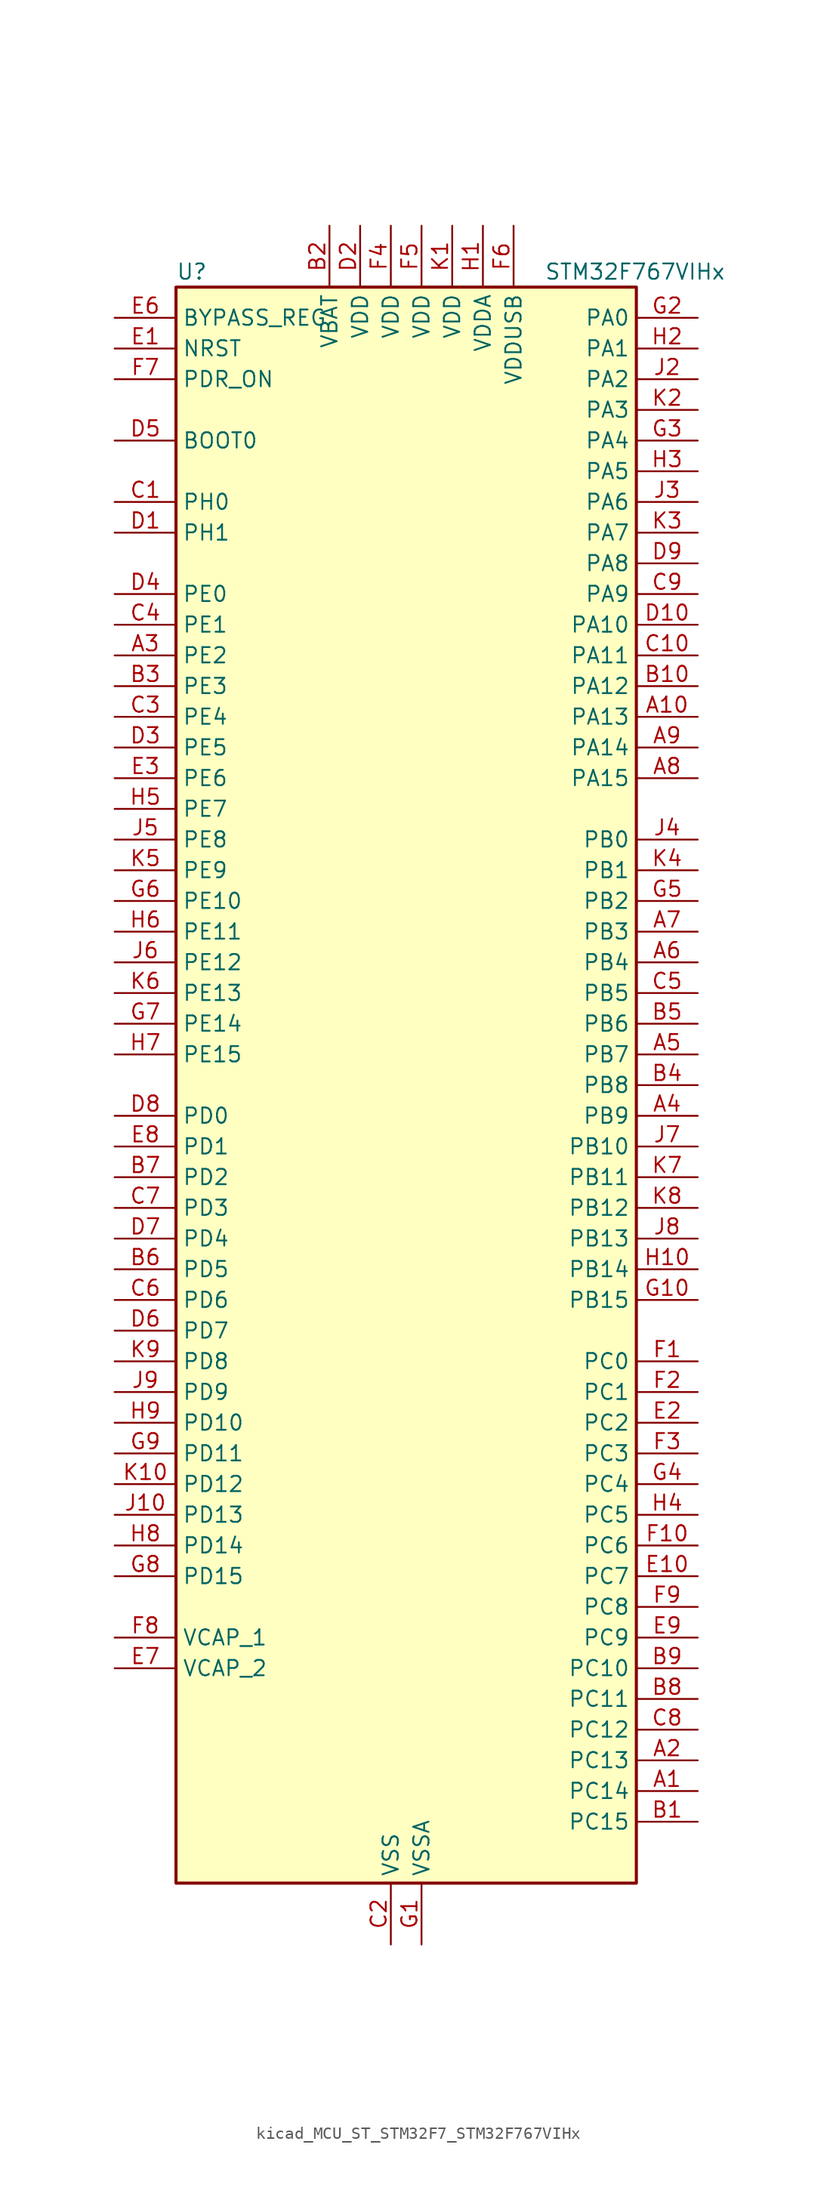
<source format=kicad_sym>
(kicad_symbol_lib
  (version 20220914)
  (generator kicad_symbol_editor)
  (symbol "kicad_MCU_ST_STM32F7_STM32F767VIHx"
    (property "Reference" "U"
      (at -17.78 67.31 0)
      (effects (font (size 1.27 1.27)) (justify left)))
    (property "Value" "STM32F767VIHx"
      (at 12.7 67.31 0)
      (effects (font (size 1.27 1.27)) (justify left)))
    (property "ki_locked" ""
      (at 0 0 0)
      (effects (font (size 1.27 1.27))))
    (symbol "kicad_MCU_ST_STM32F7_STM32F767VIHx_0_1"
      (rectangle (start -17.78 -66.04) (end 20.32 66.04) (stroke (width 0.254) (type default)) (fill (type background))))
    (symbol "kicad_MCU_ST_STM32F7_STM32F767VIHx_1_1"
      (pin bidirectional line (at 25.4 -58.42 180) (length 5.08) (name "PC14" (effects (font (size 1.27 1.27)))) (number "A1" (effects (font (size 1.27 1.27)))) (alternate "RCC_OSC32_IN" bidirectional line))
      (pin bidirectional line (at 25.4 30.48 180) (length 5.08) (name "PA13" (effects (font (size 1.27 1.27)))) (number "A10" (effects (font (size 1.27 1.27)))) (alternate "SYS_JTMS-SWDIO" bidirectional line))
      (pin bidirectional line (at 25.4 -55.88 180) (length 5.08) (name "PC13" (effects (font (size 1.27 1.27)))) (number "A2" (effects (font (size 1.27 1.27)))) (alternate "RTC_OUT" bidirectional line) (alternate "RTC_TAMP1" bidirectional line) (alternate "RTC_TS" bidirectional line) (alternate "SYS_WKUP4" bidirectional line))
      (pin bidirectional line (at -22.86 35.56 0) (length 5.08) (name "PE2" (effects (font (size 1.27 1.27)))) (number "A3" (effects (font (size 1.27 1.27)))) (alternate "ETH_TXD3" bidirectional line) (alternate "FMC_A23" bidirectional line) (alternate "QUADSPI_BK1_IO2" bidirectional line) (alternate "SAI1_MCLK_A" bidirectional line) (alternate "SPI4_SCK" bidirectional line) (alternate "SYS_TRACECLK" bidirectional line))
      (pin bidirectional line (at 25.4 -2.54 180) (length 5.08) (name "PB9" (effects (font (size 1.27 1.27)))) (number "A4" (effects (font (size 1.27 1.27)))) (alternate "CAN1_TX" bidirectional line) (alternate "DAC_EXTI9" bidirectional line) (alternate "DCMI_D7" bidirectional line) (alternate "DFSDM1_DATIN7" bidirectional line) (alternate "I2C1_SDA" bidirectional line) (alternate "I2C4_SDA" bidirectional line) (alternate "I2C4_SMBA" bidirectional line) (alternate "I2S2_WS" bidirectional line) (alternate "LTDC_B7" bidirectional line) (alternate "SDMMC1_D5" bidirectional line) (alternate "SDMMC2_D5" bidirectional line) (alternate "SPI2_NSS" bidirectional line) (alternate "TIM11_CH1" bidirectional line) (alternate "TIM4_CH4" bidirectional line) (alternate "UART5_TX" bidirectional line))
      (pin bidirectional line (at 25.4 2.54 180) (length 5.08) (name "PB7" (effects (font (size 1.27 1.27)))) (number "A5" (effects (font (size 1.27 1.27)))) (alternate "DCMI_VSYNC" bidirectional line) (alternate "DFSDM1_CKIN5" bidirectional line) (alternate "FMC_NL" bidirectional line) (alternate "I2C1_SDA" bidirectional line) (alternate "I2C4_SDA" bidirectional line) (alternate "TIM4_CH2" bidirectional line) (alternate "USART1_RX" bidirectional line))
      (pin bidirectional line (at 25.4 10.16 180) (length 5.08) (name "PB4" (effects (font (size 1.27 1.27)))) (number "A6" (effects (font (size 1.27 1.27)))) (alternate "CAN3_TX" bidirectional line) (alternate "I2S2_WS" bidirectional line) (alternate "SDMMC2_D3" bidirectional line) (alternate "SPI1_MISO" bidirectional line) (alternate "SPI2_NSS" bidirectional line) (alternate "SPI3_MISO" bidirectional line) (alternate "SPI6_MISO" bidirectional line) (alternate "SYS_JTRST" bidirectional line) (alternate "TIM3_CH1" bidirectional line) (alternate "UART7_TX" bidirectional line))
      (pin bidirectional line (at 25.4 12.7 180) (length 5.08) (name "PB3" (effects (font (size 1.27 1.27)))) (number "A7" (effects (font (size 1.27 1.27)))) (alternate "CAN3_RX" bidirectional line) (alternate "I2S1_CK" bidirectional line) (alternate "I2S3_CK" bidirectional line) (alternate "SDMMC2_D2" bidirectional line) (alternate "SPI1_SCK" bidirectional line) (alternate "SPI3_SCK" bidirectional line) (alternate "SPI6_SCK" bidirectional line) (alternate "SYS_JTDO-SWO" bidirectional line) (alternate "TIM2_CH2" bidirectional line) (alternate "UART7_RX" bidirectional line))
      (pin bidirectional line (at 25.4 25.4 180) (length 5.08) (name "PA15" (effects (font (size 1.27 1.27)))) (number "A8" (effects (font (size 1.27 1.27)))) (alternate "CAN3_TX" bidirectional line) (alternate "CEC" bidirectional line) (alternate "I2S1_WS" bidirectional line) (alternate "I2S3_WS" bidirectional line) (alternate "SPI1_NSS" bidirectional line) (alternate "SPI3_NSS" bidirectional line) (alternate "SPI6_NSS" bidirectional line) (alternate "SYS_JTDI" bidirectional line) (alternate "TIM2_CH1" bidirectional line) (alternate "TIM2_ETR" bidirectional line) (alternate "UART4_DE" bidirectional line) (alternate "UART4_RTS" bidirectional line) (alternate "UART7_TX" bidirectional line))
      (pin bidirectional line (at 25.4 27.94 180) (length 5.08) (name "PA14" (effects (font (size 1.27 1.27)))) (number "A9" (effects (font (size 1.27 1.27)))) (alternate "SYS_JTCK-SWCLK" bidirectional line))
      (pin bidirectional line (at 25.4 -60.96 180) (length 5.08) (name "PC15" (effects (font (size 1.27 1.27)))) (number "B1" (effects (font (size 1.27 1.27)))) (alternate "RCC_OSC32_OUT" bidirectional line))
      (pin bidirectional line (at 25.4 33.02 180) (length 5.08) (name "PA12" (effects (font (size 1.27 1.27)))) (number "B10" (effects (font (size 1.27 1.27)))) (alternate "CAN1_TX" bidirectional line) (alternate "I2S2_CK" bidirectional line) (alternate "LTDC_R5" bidirectional line) (alternate "SAI2_FS_B" bidirectional line) (alternate "SPI2_SCK" bidirectional line) (alternate "TIM1_ETR" bidirectional line) (alternate "UART4_TX" bidirectional line) (alternate "USART1_DE" bidirectional line) (alternate "USART1_RTS" bidirectional line) (alternate "USB_OTG_FS_DP" bidirectional line))
      (pin power_in line (at -5.08 71.12 270) (length 5.08) (name "VBAT" (effects (font (size 1.27 1.27)))) (number "B2" (effects (font (size 1.27 1.27)))))
      (pin bidirectional line (at -22.86 33.02 0) (length 5.08) (name "PE3" (effects (font (size 1.27 1.27)))) (number "B3" (effects (font (size 1.27 1.27)))) (alternate "FMC_A19" bidirectional line) (alternate "SAI1_SD_B" bidirectional line) (alternate "SYS_TRACED0" bidirectional line))
      (pin bidirectional line (at 25.4 0 180) (length 5.08) (name "PB8" (effects (font (size 1.27 1.27)))) (number "B4" (effects (font (size 1.27 1.27)))) (alternate "CAN1_RX" bidirectional line) (alternate "DCMI_D6" bidirectional line) (alternate "DFSDM1_CKIN7" bidirectional line) (alternate "ETH_TXD3" bidirectional line) (alternate "I2C1_SCL" bidirectional line) (alternate "I2C4_SCL" bidirectional line) (alternate "LTDC_B6" bidirectional line) (alternate "SDMMC1_D4" bidirectional line) (alternate "SDMMC2_D4" bidirectional line) (alternate "TIM10_CH1" bidirectional line) (alternate "TIM4_CH3" bidirectional line) (alternate "UART5_RX" bidirectional line))
      (pin bidirectional line (at 25.4 5.08 180) (length 5.08) (name "PB6" (effects (font (size 1.27 1.27)))) (number "B5" (effects (font (size 1.27 1.27)))) (alternate "CAN2_TX" bidirectional line) (alternate "CEC" bidirectional line) (alternate "DCMI_D5" bidirectional line) (alternate "DFSDM1_DATIN5" bidirectional line) (alternate "FMC_SDNE1" bidirectional line) (alternate "I2C1_SCL" bidirectional line) (alternate "I2C4_SCL" bidirectional line) (alternate "QUADSPI_BK1_NCS" bidirectional line) (alternate "TIM4_CH1" bidirectional line) (alternate "UART5_TX" bidirectional line) (alternate "USART1_TX" bidirectional line))
      (pin bidirectional line (at -22.86 -15.24 0) (length 5.08) (name "PD5" (effects (font (size 1.27 1.27)))) (number "B6" (effects (font (size 1.27 1.27)))) (alternate "FMC_NWE" bidirectional line) (alternate "USART2_TX" bidirectional line))
      (pin bidirectional line (at -22.86 -7.62 0) (length 5.08) (name "PD2" (effects (font (size 1.27 1.27)))) (number "B7" (effects (font (size 1.27 1.27)))) (alternate "DCMI_D11" bidirectional line) (alternate "SDMMC1_CMD" bidirectional line) (alternate "SYS_TRACED2" bidirectional line) (alternate "TIM3_ETR" bidirectional line) (alternate "UART5_RX" bidirectional line))
      (pin bidirectional line (at 25.4 -50.8 180) (length 5.08) (name "PC11" (effects (font (size 1.27 1.27)))) (number "B8" (effects (font (size 1.27 1.27)))) (alternate "ADC1_EXTI11" bidirectional line) (alternate "ADC2_EXTI11" bidirectional line) (alternate "ADC3_EXTI11" bidirectional line) (alternate "DCMI_D4" bidirectional line) (alternate "DFSDM1_DATIN5" bidirectional line) (alternate "QUADSPI_BK2_NCS" bidirectional line) (alternate "SDMMC1_D3" bidirectional line) (alternate "SPI3_MISO" bidirectional line) (alternate "UART4_RX" bidirectional line) (alternate "USART3_RX" bidirectional line))
      (pin bidirectional line (at 25.4 -48.26 180) (length 5.08) (name "PC10" (effects (font (size 1.27 1.27)))) (number "B9" (effects (font (size 1.27 1.27)))) (alternate "DCMI_D8" bidirectional line) (alternate "DFSDM1_CKIN5" bidirectional line) (alternate "I2S3_CK" bidirectional line) (alternate "LTDC_R2" bidirectional line) (alternate "QUADSPI_BK1_IO1" bidirectional line) (alternate "SDMMC1_D2" bidirectional line) (alternate "SPI3_SCK" bidirectional line) (alternate "UART4_TX" bidirectional line) (alternate "USART3_TX" bidirectional line))
      (pin bidirectional line (at -22.86 48.26 0) (length 5.08) (name "PH0" (effects (font (size 1.27 1.27)))) (number "C1" (effects (font (size 1.27 1.27)))) (alternate "RCC_OSC_IN" bidirectional line))
      (pin bidirectional line (at 25.4 35.56 180) (length 5.08) (name "PA11" (effects (font (size 1.27 1.27)))) (number "C10" (effects (font (size 1.27 1.27)))) (alternate "ADC1_EXTI11" bidirectional line) (alternate "ADC2_EXTI11" bidirectional line) (alternate "ADC3_EXTI11" bidirectional line) (alternate "CAN1_RX" bidirectional line) (alternate "I2S2_WS" bidirectional line) (alternate "LTDC_R4" bidirectional line) (alternate "SPI2_NSS" bidirectional line) (alternate "TIM1_CH4" bidirectional line) (alternate "UART4_RX" bidirectional line) (alternate "USART1_CTS" bidirectional line) (alternate "USB_OTG_FS_DM" bidirectional line))
      (pin power_in line (at 0 -71.12 90) (length 5.08) (name "VSS" (effects (font (size 1.27 1.27)))) (number "C2" (effects (font (size 1.27 1.27)))))
      (pin bidirectional line (at -22.86 30.48 0) (length 5.08) (name "PE4" (effects (font (size 1.27 1.27)))) (number "C3" (effects (font (size 1.27 1.27)))) (alternate "DCMI_D4" bidirectional line) (alternate "DFSDM1_DATIN3" bidirectional line) (alternate "FMC_A20" bidirectional line) (alternate "LTDC_B0" bidirectional line) (alternate "SAI1_FS_A" bidirectional line) (alternate "SPI4_NSS" bidirectional line) (alternate "SYS_TRACED1" bidirectional line))
      (pin bidirectional line (at -22.86 38.1 0) (length 5.08) (name "PE1" (effects (font (size 1.27 1.27)))) (number "C4" (effects (font (size 1.27 1.27)))) (alternate "DCMI_D3" bidirectional line) (alternate "FMC_NBL1" bidirectional line) (alternate "LPTIM1_IN2" bidirectional line) (alternate "UART8_TX" bidirectional line))
      (pin bidirectional line (at 25.4 7.62 180) (length 5.08) (name "PB5" (effects (font (size 1.27 1.27)))) (number "C5" (effects (font (size 1.27 1.27)))) (alternate "CAN2_RX" bidirectional line) (alternate "DCMI_D10" bidirectional line) (alternate "ETH_PPS_OUT" bidirectional line) (alternate "FMC_SDCKE1" bidirectional line) (alternate "I2C1_SMBA" bidirectional line) (alternate "I2S1_SD" bidirectional line) (alternate "I2S3_SD" bidirectional line) (alternate "LTDC_G7" bidirectional line) (alternate "SPI1_MOSI" bidirectional line) (alternate "SPI3_MOSI" bidirectional line) (alternate "SPI6_MOSI" bidirectional line) (alternate "TIM3_CH2" bidirectional line) (alternate "UART5_RX" bidirectional line) (alternate "USB_OTG_HS_ULPI_D7" bidirectional line))
      (pin bidirectional line (at -22.86 -17.78 0) (length 5.08) (name "PD6" (effects (font (size 1.27 1.27)))) (number "C6" (effects (font (size 1.27 1.27)))) (alternate "DCMI_D10" bidirectional line) (alternate "DFSDM1_CKIN4" bidirectional line) (alternate "DFSDM1_DATIN1" bidirectional line) (alternate "FMC_NWAIT" bidirectional line) (alternate "I2S3_SD" bidirectional line) (alternate "LTDC_B2" bidirectional line) (alternate "SAI1_SD_A" bidirectional line) (alternate "SDMMC2_CK" bidirectional line) (alternate "SPI3_MOSI" bidirectional line) (alternate "USART2_RX" bidirectional line))
      (pin bidirectional line (at -22.86 -10.16 0) (length 5.08) (name "PD3" (effects (font (size 1.27 1.27)))) (number "C7" (effects (font (size 1.27 1.27)))) (alternate "DCMI_D5" bidirectional line) (alternate "DFSDM1_CKOUT" bidirectional line) (alternate "DFSDM1_DATIN0" bidirectional line) (alternate "FMC_CLK" bidirectional line) (alternate "I2S2_CK" bidirectional line) (alternate "LTDC_G7" bidirectional line) (alternate "SPI2_SCK" bidirectional line) (alternate "USART2_CTS" bidirectional line))
      (pin bidirectional line (at 25.4 -53.34 180) (length 5.08) (name "PC12" (effects (font (size 1.27 1.27)))) (number "C8" (effects (font (size 1.27 1.27)))) (alternate "DCMI_D9" bidirectional line) (alternate "I2S3_SD" bidirectional line) (alternate "SDMMC1_CK" bidirectional line) (alternate "SPI3_MOSI" bidirectional line) (alternate "SYS_TRACED3" bidirectional line) (alternate "UART5_TX" bidirectional line) (alternate "USART3_CK" bidirectional line))
      (pin bidirectional line (at 25.4 40.64 180) (length 5.08) (name "PA9" (effects (font (size 1.27 1.27)))) (number "C9" (effects (font (size 1.27 1.27)))) (alternate "DAC_EXTI9" bidirectional line) (alternate "DCMI_D0" bidirectional line) (alternate "I2C3_SMBA" bidirectional line) (alternate "I2S2_CK" bidirectional line) (alternate "LTDC_R5" bidirectional line) (alternate "SPI2_SCK" bidirectional line) (alternate "TIM1_CH2" bidirectional line) (alternate "USART1_TX" bidirectional line) (alternate "USB_OTG_FS_VBUS" bidirectional line))
      (pin bidirectional line (at -22.86 45.72 0) (length 5.08) (name "PH1" (effects (font (size 1.27 1.27)))) (number "D1" (effects (font (size 1.27 1.27)))) (alternate "RCC_OSC_OUT" bidirectional line))
      (pin bidirectional line (at 25.4 38.1 180) (length 5.08) (name "PA10" (effects (font (size 1.27 1.27)))) (number "D10" (effects (font (size 1.27 1.27)))) (alternate "DCMI_D1" bidirectional line) (alternate "LTDC_B1" bidirectional line) (alternate "LTDC_B4" bidirectional line) (alternate "MDIOS_MDIO" bidirectional line) (alternate "TIM1_CH3" bidirectional line) (alternate "USART1_RX" bidirectional line) (alternate "USB_OTG_FS_ID" bidirectional line))
      (pin power_in line (at -2.54 71.12 270) (length 5.08) (name "VDD" (effects (font (size 1.27 1.27)))) (number "D2" (effects (font (size 1.27 1.27)))))
      (pin bidirectional line (at -22.86 27.94 0) (length 5.08) (name "PE5" (effects (font (size 1.27 1.27)))) (number "D3" (effects (font (size 1.27 1.27)))) (alternate "DCMI_D6" bidirectional line) (alternate "DFSDM1_CKIN3" bidirectional line) (alternate "FMC_A21" bidirectional line) (alternate "LTDC_G0" bidirectional line) (alternate "SAI1_SCK_A" bidirectional line) (alternate "SPI4_MISO" bidirectional line) (alternate "SYS_TRACED2" bidirectional line) (alternate "TIM9_CH1" bidirectional line))
      (pin bidirectional line (at -22.86 40.64 0) (length 5.08) (name "PE0" (effects (font (size 1.27 1.27)))) (number "D4" (effects (font (size 1.27 1.27)))) (alternate "DCMI_D2" bidirectional line) (alternate "FMC_NBL0" bidirectional line) (alternate "LPTIM1_ETR" bidirectional line) (alternate "SAI2_MCLK_A" bidirectional line) (alternate "TIM4_ETR" bidirectional line) (alternate "UART8_RX" bidirectional line))
      (pin input line (at -22.86 53.34 0) (length 5.08) (name "BOOT0" (effects (font (size 1.27 1.27)))) (number "D5" (effects (font (size 1.27 1.27)))))
      (pin bidirectional line (at -22.86 -20.32 0) (length 5.08) (name "PD7" (effects (font (size 1.27 1.27)))) (number "D6" (effects (font (size 1.27 1.27)))) (alternate "DFSDM1_CKIN1" bidirectional line) (alternate "DFSDM1_DATIN4" bidirectional line) (alternate "FMC_NE1" bidirectional line) (alternate "I2S1_SD" bidirectional line) (alternate "SDMMC2_CMD" bidirectional line) (alternate "SPDIFRX_IN0" bidirectional line) (alternate "SPI1_MOSI" bidirectional line) (alternate "USART2_CK" bidirectional line))
      (pin bidirectional line (at -22.86 -12.7 0) (length 5.08) (name "PD4" (effects (font (size 1.27 1.27)))) (number "D7" (effects (font (size 1.27 1.27)))) (alternate "DFSDM1_CKIN0" bidirectional line) (alternate "FMC_NOE" bidirectional line) (alternate "USART2_DE" bidirectional line) (alternate "USART2_RTS" bidirectional line))
      (pin bidirectional line (at -22.86 -2.54 0) (length 5.08) (name "PD0" (effects (font (size 1.27 1.27)))) (number "D8" (effects (font (size 1.27 1.27)))) (alternate "CAN1_RX" bidirectional line) (alternate "DFSDM1_CKIN6" bidirectional line) (alternate "DFSDM1_DATIN7" bidirectional line) (alternate "FMC_D2" bidirectional line) (alternate "FMC_DA2" bidirectional line) (alternate "UART4_RX" bidirectional line))
      (pin bidirectional line (at 25.4 43.18 180) (length 5.08) (name "PA8" (effects (font (size 1.27 1.27)))) (number "D9" (effects (font (size 1.27 1.27)))) (alternate "CAN3_RX" bidirectional line) (alternate "I2C3_SCL" bidirectional line) (alternate "LTDC_B3" bidirectional line) (alternate "LTDC_R6" bidirectional line) (alternate "RCC_MCO_1" bidirectional line) (alternate "TIM1_CH1" bidirectional line) (alternate "TIM8_BKIN2" bidirectional line) (alternate "UART7_RX" bidirectional line) (alternate "USART1_CK" bidirectional line) (alternate "USB_OTG_FS_SOF" bidirectional line))
      (pin input line (at -22.86 60.96 0) (length 5.08) (name "NRST" (effects (font (size 1.27 1.27)))) (number "E1" (effects (font (size 1.27 1.27)))))
      (pin bidirectional line (at 25.4 -40.64 180) (length 5.08) (name "PC7" (effects (font (size 1.27 1.27)))) (number "E10" (effects (font (size 1.27 1.27)))) (alternate "DCMI_D1" bidirectional line) (alternate "DFSDM1_DATIN3" bidirectional line) (alternate "FMC_NE1" bidirectional line) (alternate "I2S3_MCK" bidirectional line) (alternate "LTDC_G6" bidirectional line) (alternate "SDMMC1_D7" bidirectional line) (alternate "SDMMC2_D7" bidirectional line) (alternate "TIM3_CH2" bidirectional line) (alternate "TIM8_CH2" bidirectional line) (alternate "USART6_RX" bidirectional line))
      (pin bidirectional line (at 25.4 -27.94 180) (length 5.08) (name "PC2" (effects (font (size 1.27 1.27)))) (number "E2" (effects (font (size 1.27 1.27)))) (alternate "ADC1_IN12" bidirectional line) (alternate "ADC2_IN12" bidirectional line) (alternate "ADC3_IN12" bidirectional line) (alternate "DFSDM1_CKIN1" bidirectional line) (alternate "DFSDM1_CKOUT" bidirectional line) (alternate "ETH_TXD2" bidirectional line) (alternate "FMC_SDNE0" bidirectional line) (alternate "SPI2_MISO" bidirectional line) (alternate "USB_OTG_HS_ULPI_DIR" bidirectional line))
      (pin bidirectional line (at -22.86 25.4 0) (length 5.08) (name "PE6" (effects (font (size 1.27 1.27)))) (number "E3" (effects (font (size 1.27 1.27)))) (alternate "DCMI_D7" bidirectional line) (alternate "FMC_A22" bidirectional line) (alternate "LTDC_G1" bidirectional line) (alternate "SAI1_SD_A" bidirectional line) (alternate "SAI2_MCLK_B" bidirectional line) (alternate "SPI4_MOSI" bidirectional line) (alternate "SYS_TRACED3" bidirectional line) (alternate "TIM1_BKIN2" bidirectional line) (alternate "TIM9_CH2" bidirectional line))
      (pin passive line (at 0 -71.12 90) (length 5.08) hide (name "VSS" (effects (font (size 1.27 1.27)))) (number "E4" (effects (font (size 1.27 1.27)))))
      (pin passive line (at 0 -71.12 90) (length 5.08) hide (name "VSS" (effects (font (size 1.27 1.27)))) (number "E5" (effects (font (size 1.27 1.27)))))
      (pin input line (at -22.86 63.5 0) (length 5.08) (name "BYPASS_REG" (effects (font (size 1.27 1.27)))) (number "E6" (effects (font (size 1.27 1.27)))))
      (pin power_out line (at -22.86 -48.26 0) (length 5.08) (name "VCAP_2" (effects (font (size 1.27 1.27)))) (number "E7" (effects (font (size 1.27 1.27)))))
      (pin bidirectional line (at -22.86 -5.08 0) (length 5.08) (name "PD1" (effects (font (size 1.27 1.27)))) (number "E8" (effects (font (size 1.27 1.27)))) (alternate "CAN1_TX" bidirectional line) (alternate "DFSDM1_CKIN7" bidirectional line) (alternate "DFSDM1_DATIN6" bidirectional line) (alternate "FMC_D3" bidirectional line) (alternate "FMC_DA3" bidirectional line) (alternate "UART4_TX" bidirectional line))
      (pin bidirectional line (at 25.4 -45.72 180) (length 5.08) (name "PC9" (effects (font (size 1.27 1.27)))) (number "E9" (effects (font (size 1.27 1.27)))) (alternate "DAC_EXTI9" bidirectional line) (alternate "DCMI_D3" bidirectional line) (alternate "I2C3_SDA" bidirectional line) (alternate "I2S_CKIN" bidirectional line) (alternate "LTDC_B2" bidirectional line) (alternate "LTDC_G3" bidirectional line) (alternate "QUADSPI_BK1_IO0" bidirectional line) (alternate "RCC_MCO_2" bidirectional line) (alternate "SDMMC1_D1" bidirectional line) (alternate "TIM3_CH4" bidirectional line) (alternate "TIM8_CH4" bidirectional line) (alternate "UART5_CTS" bidirectional line))
      (pin bidirectional line (at 25.4 -22.86 180) (length 5.08) (name "PC0" (effects (font (size 1.27 1.27)))) (number "F1" (effects (font (size 1.27 1.27)))) (alternate "ADC1_IN10" bidirectional line) (alternate "ADC2_IN10" bidirectional line) (alternate "ADC3_IN10" bidirectional line) (alternate "DFSDM1_CKIN0" bidirectional line) (alternate "DFSDM1_DATIN4" bidirectional line) (alternate "FMC_SDNWE" bidirectional line) (alternate "LTDC_R5" bidirectional line) (alternate "SAI2_FS_B" bidirectional line) (alternate "USB_OTG_HS_ULPI_STP" bidirectional line))
      (pin bidirectional line (at 25.4 -38.1 180) (length 5.08) (name "PC6" (effects (font (size 1.27 1.27)))) (number "F10" (effects (font (size 1.27 1.27)))) (alternate "DCMI_D0" bidirectional line) (alternate "DFSDM1_CKIN3" bidirectional line) (alternate "FMC_NWAIT" bidirectional line) (alternate "I2S2_MCK" bidirectional line) (alternate "LTDC_HSYNC" bidirectional line) (alternate "SDMMC1_D6" bidirectional line) (alternate "SDMMC2_D6" bidirectional line) (alternate "TIM3_CH1" bidirectional line) (alternate "TIM8_CH1" bidirectional line) (alternate "USART6_TX" bidirectional line))
      (pin bidirectional line (at 25.4 -25.4 180) (length 5.08) (name "PC1" (effects (font (size 1.27 1.27)))) (number "F2" (effects (font (size 1.27 1.27)))) (alternate "ADC1_IN11" bidirectional line) (alternate "ADC2_IN11" bidirectional line) (alternate "ADC3_IN11" bidirectional line) (alternate "DFSDM1_CKIN4" bidirectional line) (alternate "DFSDM1_DATIN0" bidirectional line) (alternate "ETH_MDC" bidirectional line) (alternate "I2S2_SD" bidirectional line) (alternate "MDIOS_MDC" bidirectional line) (alternate "RTC_TAMP3" bidirectional line) (alternate "RTC_TS" bidirectional line) (alternate "SAI1_SD_A" bidirectional line) (alternate "SPI2_MOSI" bidirectional line) (alternate "SYS_TRACED0" bidirectional line) (alternate "SYS_WKUP3" bidirectional line))
      (pin bidirectional line (at 25.4 -30.48 180) (length 5.08) (name "PC3" (effects (font (size 1.27 1.27)))) (number "F3" (effects (font (size 1.27 1.27)))) (alternate "ADC1_IN13" bidirectional line) (alternate "ADC2_IN13" bidirectional line) (alternate "ADC3_IN13" bidirectional line) (alternate "DFSDM1_DATIN1" bidirectional line) (alternate "ETH_TX_CLK" bidirectional line) (alternate "FMC_SDCKE0" bidirectional line) (alternate "I2S2_SD" bidirectional line) (alternate "SPI2_MOSI" bidirectional line) (alternate "USB_OTG_HS_ULPI_NXT" bidirectional line))
      (pin power_in line (at 0 71.12 270) (length 5.08) (name "VDD" (effects (font (size 1.27 1.27)))) (number "F4" (effects (font (size 1.27 1.27)))))
      (pin power_in line (at 2.54 71.12 270) (length 5.08) (name "VDD" (effects (font (size 1.27 1.27)))) (number "F5" (effects (font (size 1.27 1.27)))))
      (pin power_in line (at 10.16 71.12 270) (length 5.08) (name "VDDUSB" (effects (font (size 1.27 1.27)))) (number "F6" (effects (font (size 1.27 1.27)))))
      (pin input line (at -22.86 58.42 0) (length 5.08) (name "PDR_ON" (effects (font (size 1.27 1.27)))) (number "F7" (effects (font (size 1.27 1.27)))))
      (pin power_out line (at -22.86 -45.72 0) (length 5.08) (name "VCAP_1" (effects (font (size 1.27 1.27)))) (number "F8" (effects (font (size 1.27 1.27)))))
      (pin bidirectional line (at 25.4 -43.18 180) (length 5.08) (name "PC8" (effects (font (size 1.27 1.27)))) (number "F9" (effects (font (size 1.27 1.27)))) (alternate "DCMI_D2" bidirectional line) (alternate "FMC_NCE" bidirectional line) (alternate "FMC_NE2" bidirectional line) (alternate "SDMMC1_D0" bidirectional line) (alternate "SYS_TRACED1" bidirectional line) (alternate "TIM3_CH3" bidirectional line) (alternate "TIM8_CH3" bidirectional line) (alternate "UART5_DE" bidirectional line) (alternate "UART5_RTS" bidirectional line) (alternate "USART6_CK" bidirectional line))
      (pin power_in line (at 2.54 -71.12 90) (length 5.08) (name "VSSA" (effects (font (size 1.27 1.27)))) (number "G1" (effects (font (size 1.27 1.27)))))
      (pin bidirectional line (at 25.4 -17.78 180) (length 5.08) (name "PB15" (effects (font (size 1.27 1.27)))) (number "G10" (effects (font (size 1.27 1.27)))) (alternate "DFSDM1_CKIN2" bidirectional line) (alternate "I2S2_SD" bidirectional line) (alternate "RTC_REFIN" bidirectional line) (alternate "SDMMC2_D1" bidirectional line) (alternate "SPI2_MOSI" bidirectional line) (alternate "TIM12_CH2" bidirectional line) (alternate "TIM1_CH3N" bidirectional line) (alternate "TIM8_CH3N" bidirectional line) (alternate "UART4_CTS" bidirectional line) (alternate "USART1_RX" bidirectional line) (alternate "USB_OTG_HS_DP" bidirectional line))
      (pin bidirectional line (at 25.4 63.5 180) (length 5.08) (name "PA0" (effects (font (size 1.27 1.27)))) (number "G2" (effects (font (size 1.27 1.27)))) (alternate "ADC1_IN0" bidirectional line) (alternate "ADC2_IN0" bidirectional line) (alternate "ADC3_IN0" bidirectional line) (alternate "ETH_CRS" bidirectional line) (alternate "SAI2_SD_B" bidirectional line) (alternate "SYS_WKUP1" bidirectional line) (alternate "TIM2_CH1" bidirectional line) (alternate "TIM2_ETR" bidirectional line) (alternate "TIM5_CH1" bidirectional line) (alternate "TIM8_ETR" bidirectional line) (alternate "UART4_TX" bidirectional line) (alternate "USART2_CTS" bidirectional line))
      (pin bidirectional line (at 25.4 53.34 180) (length 5.08) (name "PA4" (effects (font (size 1.27 1.27)))) (number "G3" (effects (font (size 1.27 1.27)))) (alternate "ADC1_IN4" bidirectional line) (alternate "ADC2_IN4" bidirectional line) (alternate "DAC_OUT1" bidirectional line) (alternate "DCMI_HSYNC" bidirectional line) (alternate "I2S1_WS" bidirectional line) (alternate "I2S3_WS" bidirectional line) (alternate "LTDC_VSYNC" bidirectional line) (alternate "SPI1_NSS" bidirectional line) (alternate "SPI3_NSS" bidirectional line) (alternate "SPI6_NSS" bidirectional line) (alternate "USART2_CK" bidirectional line) (alternate "USB_OTG_HS_SOF" bidirectional line))
      (pin bidirectional line (at 25.4 -33.02 180) (length 5.08) (name "PC4" (effects (font (size 1.27 1.27)))) (number "G4" (effects (font (size 1.27 1.27)))) (alternate "ADC1_IN14" bidirectional line) (alternate "ADC2_IN14" bidirectional line) (alternate "DFSDM1_CKIN2" bidirectional line) (alternate "ETH_RXD0" bidirectional line) (alternate "FMC_SDNE0" bidirectional line) (alternate "I2S1_MCK" bidirectional line) (alternate "SPDIFRX_IN2" bidirectional line))
      (pin bidirectional line (at 25.4 15.24 180) (length 5.08) (name "PB2" (effects (font (size 1.27 1.27)))) (number "G5" (effects (font (size 1.27 1.27)))) (alternate "DFSDM1_CKIN1" bidirectional line) (alternate "I2S3_SD" bidirectional line) (alternate "QUADSPI_CLK" bidirectional line) (alternate "SAI1_SD_A" bidirectional line) (alternate "SPI3_MOSI" bidirectional line))
      (pin bidirectional line (at -22.86 15.24 0) (length 5.08) (name "PE10" (effects (font (size 1.27 1.27)))) (number "G6" (effects (font (size 1.27 1.27)))) (alternate "DFSDM1_DATIN4" bidirectional line) (alternate "FMC_D7" bidirectional line) (alternate "FMC_DA7" bidirectional line) (alternate "QUADSPI_BK2_IO3" bidirectional line) (alternate "TIM1_CH2N" bidirectional line) (alternate "UART7_CTS" bidirectional line))
      (pin bidirectional line (at -22.86 5.08 0) (length 5.08) (name "PE14" (effects (font (size 1.27 1.27)))) (number "G7" (effects (font (size 1.27 1.27)))) (alternate "FMC_D11" bidirectional line) (alternate "FMC_DA11" bidirectional line) (alternate "LTDC_CLK" bidirectional line) (alternate "SAI2_MCLK_B" bidirectional line) (alternate "SPI4_MOSI" bidirectional line) (alternate "TIM1_CH4" bidirectional line))
      (pin bidirectional line (at -22.86 -40.64 0) (length 5.08) (name "PD15" (effects (font (size 1.27 1.27)))) (number "G8" (effects (font (size 1.27 1.27)))) (alternate "FMC_D1" bidirectional line) (alternate "FMC_DA1" bidirectional line) (alternate "TIM4_CH4" bidirectional line) (alternate "UART8_DE" bidirectional line) (alternate "UART8_RTS" bidirectional line))
      (pin bidirectional line (at -22.86 -30.48 0) (length 5.08) (name "PD11" (effects (font (size 1.27 1.27)))) (number "G9" (effects (font (size 1.27 1.27)))) (alternate "ADC1_EXTI11" bidirectional line) (alternate "ADC2_EXTI11" bidirectional line) (alternate "ADC3_EXTI11" bidirectional line) (alternate "FMC_A16" bidirectional line) (alternate "FMC_CLE" bidirectional line) (alternate "I2C4_SMBA" bidirectional line) (alternate "QUADSPI_BK1_IO0" bidirectional line) (alternate "SAI2_SD_A" bidirectional line) (alternate "USART3_CTS" bidirectional line))
      (pin power_in line (at 7.62 71.12 270) (length 5.08) (name "VDDA" (effects (font (size 1.27 1.27)))) (number "H1" (effects (font (size 1.27 1.27)))))
      (pin bidirectional line (at 25.4 -15.24 180) (length 5.08) (name "PB14" (effects (font (size 1.27 1.27)))) (number "H10" (effects (font (size 1.27 1.27)))) (alternate "DFSDM1_DATIN2" bidirectional line) (alternate "SDMMC2_D0" bidirectional line) (alternate "SPI2_MISO" bidirectional line) (alternate "TIM12_CH1" bidirectional line) (alternate "TIM1_CH2N" bidirectional line) (alternate "TIM8_CH2N" bidirectional line) (alternate "UART4_DE" bidirectional line) (alternate "UART4_RTS" bidirectional line) (alternate "USART1_TX" bidirectional line) (alternate "USART3_DE" bidirectional line) (alternate "USART3_RTS" bidirectional line) (alternate "USB_OTG_HS_DM" bidirectional line))
      (pin bidirectional line (at 25.4 60.96 180) (length 5.08) (name "PA1" (effects (font (size 1.27 1.27)))) (number "H2" (effects (font (size 1.27 1.27)))) (alternate "ADC1_IN1" bidirectional line) (alternate "ADC2_IN1" bidirectional line) (alternate "ADC3_IN1" bidirectional line) (alternate "ETH_REF_CLK" bidirectional line) (alternate "ETH_RX_CLK" bidirectional line) (alternate "LTDC_R2" bidirectional line) (alternate "QUADSPI_BK1_IO3" bidirectional line) (alternate "SAI2_MCLK_B" bidirectional line) (alternate "TIM2_CH2" bidirectional line) (alternate "TIM5_CH2" bidirectional line) (alternate "UART4_RX" bidirectional line) (alternate "USART2_DE" bidirectional line) (alternate "USART2_RTS" bidirectional line))
      (pin bidirectional line (at 25.4 50.8 180) (length 5.08) (name "PA5" (effects (font (size 1.27 1.27)))) (number "H3" (effects (font (size 1.27 1.27)))) (alternate "ADC1_IN5" bidirectional line) (alternate "ADC2_IN5" bidirectional line) (alternate "DAC_OUT2" bidirectional line) (alternate "I2S1_CK" bidirectional line) (alternate "LTDC_R4" bidirectional line) (alternate "SPI1_SCK" bidirectional line) (alternate "SPI6_SCK" bidirectional line) (alternate "TIM2_CH1" bidirectional line) (alternate "TIM2_ETR" bidirectional line) (alternate "TIM8_CH1N" bidirectional line) (alternate "USB_OTG_HS_ULPI_CK" bidirectional line))
      (pin bidirectional line (at 25.4 -35.56 180) (length 5.08) (name "PC5" (effects (font (size 1.27 1.27)))) (number "H4" (effects (font (size 1.27 1.27)))) (alternate "ADC1_IN15" bidirectional line) (alternate "ADC2_IN15" bidirectional line) (alternate "DFSDM1_DATIN2" bidirectional line) (alternate "ETH_RXD1" bidirectional line) (alternate "FMC_SDCKE0" bidirectional line) (alternate "SPDIFRX_IN3" bidirectional line))
      (pin bidirectional line (at -22.86 22.86 0) (length 5.08) (name "PE7" (effects (font (size 1.27 1.27)))) (number "H5" (effects (font (size 1.27 1.27)))) (alternate "DFSDM1_DATIN2" bidirectional line) (alternate "FMC_D4" bidirectional line) (alternate "FMC_DA4" bidirectional line) (alternate "QUADSPI_BK2_IO0" bidirectional line) (alternate "TIM1_ETR" bidirectional line) (alternate "UART7_RX" bidirectional line))
      (pin bidirectional line (at -22.86 12.7 0) (length 5.08) (name "PE11" (effects (font (size 1.27 1.27)))) (number "H6" (effects (font (size 1.27 1.27)))) (alternate "ADC1_EXTI11" bidirectional line) (alternate "ADC2_EXTI11" bidirectional line) (alternate "ADC3_EXTI11" bidirectional line) (alternate "DFSDM1_CKIN4" bidirectional line) (alternate "FMC_D8" bidirectional line) (alternate "FMC_DA8" bidirectional line) (alternate "LTDC_G3" bidirectional line) (alternate "SAI2_SD_B" bidirectional line) (alternate "SPI4_NSS" bidirectional line) (alternate "TIM1_CH2" bidirectional line))
      (pin bidirectional line (at -22.86 2.54 0) (length 5.08) (name "PE15" (effects (font (size 1.27 1.27)))) (number "H7" (effects (font (size 1.27 1.27)))) (alternate "FMC_D12" bidirectional line) (alternate "FMC_DA12" bidirectional line) (alternate "LTDC_R7" bidirectional line) (alternate "TIM1_BKIN" bidirectional line))
      (pin bidirectional line (at -22.86 -38.1 0) (length 5.08) (name "PD14" (effects (font (size 1.27 1.27)))) (number "H8" (effects (font (size 1.27 1.27)))) (alternate "FMC_D0" bidirectional line) (alternate "FMC_DA0" bidirectional line) (alternate "TIM4_CH3" bidirectional line) (alternate "UART8_CTS" bidirectional line))
      (pin bidirectional line (at -22.86 -27.94 0) (length 5.08) (name "PD10" (effects (font (size 1.27 1.27)))) (number "H9" (effects (font (size 1.27 1.27)))) (alternate "DFSDM1_CKOUT" bidirectional line) (alternate "FMC_D15" bidirectional line) (alternate "FMC_DA15" bidirectional line) (alternate "LTDC_B3" bidirectional line) (alternate "USART3_CK" bidirectional line))
      (pin passive line (at 0 -71.12 90) (length 5.08) hide (name "VSS" (effects (font (size 1.27 1.27)))) (number "J1" (effects (font (size 1.27 1.27)))))
      (pin bidirectional line (at -22.86 -35.56 0) (length 5.08) (name "PD13" (effects (font (size 1.27 1.27)))) (number "J10" (effects (font (size 1.27 1.27)))) (alternate "FMC_A18" bidirectional line) (alternate "I2C4_SDA" bidirectional line) (alternate "LPTIM1_OUT" bidirectional line) (alternate "QUADSPI_BK1_IO3" bidirectional line) (alternate "SAI2_SCK_A" bidirectional line) (alternate "TIM4_CH2" bidirectional line))
      (pin bidirectional line (at 25.4 58.42 180) (length 5.08) (name "PA2" (effects (font (size 1.27 1.27)))) (number "J2" (effects (font (size 1.27 1.27)))) (alternate "ADC1_IN2" bidirectional line) (alternate "ADC2_IN2" bidirectional line) (alternate "ADC3_IN2" bidirectional line) (alternate "ETH_MDIO" bidirectional line) (alternate "LTDC_R1" bidirectional line) (alternate "MDIOS_MDIO" bidirectional line) (alternate "SAI2_SCK_B" bidirectional line) (alternate "SYS_WKUP2" bidirectional line) (alternate "TIM2_CH3" bidirectional line) (alternate "TIM5_CH3" bidirectional line) (alternate "TIM9_CH1" bidirectional line) (alternate "USART2_TX" bidirectional line))
      (pin bidirectional line (at 25.4 48.26 180) (length 5.08) (name "PA6" (effects (font (size 1.27 1.27)))) (number "J3" (effects (font (size 1.27 1.27)))) (alternate "ADC1_IN6" bidirectional line) (alternate "ADC2_IN6" bidirectional line) (alternate "DCMI_PIXCLK" bidirectional line) (alternate "LTDC_G2" bidirectional line) (alternate "MDIOS_MDC" bidirectional line) (alternate "SPI1_MISO" bidirectional line) (alternate "SPI6_MISO" bidirectional line) (alternate "TIM13_CH1" bidirectional line) (alternate "TIM1_BKIN" bidirectional line) (alternate "TIM3_CH1" bidirectional line) (alternate "TIM8_BKIN" bidirectional line))
      (pin bidirectional line (at 25.4 20.32 180) (length 5.08) (name "PB0" (effects (font (size 1.27 1.27)))) (number "J4" (effects (font (size 1.27 1.27)))) (alternate "ADC1_IN8" bidirectional line) (alternate "ADC2_IN8" bidirectional line) (alternate "DFSDM1_CKOUT" bidirectional line) (alternate "ETH_RXD2" bidirectional line) (alternate "LTDC_G1" bidirectional line) (alternate "LTDC_R3" bidirectional line) (alternate "TIM1_CH2N" bidirectional line) (alternate "TIM3_CH3" bidirectional line) (alternate "TIM8_CH2N" bidirectional line) (alternate "UART4_CTS" bidirectional line) (alternate "USB_OTG_HS_ULPI_D1" bidirectional line))
      (pin bidirectional line (at -22.86 20.32 0) (length 5.08) (name "PE8" (effects (font (size 1.27 1.27)))) (number "J5" (effects (font (size 1.27 1.27)))) (alternate "DFSDM1_CKIN2" bidirectional line) (alternate "FMC_D5" bidirectional line) (alternate "FMC_DA5" bidirectional line) (alternate "QUADSPI_BK2_IO1" bidirectional line) (alternate "TIM1_CH1N" bidirectional line) (alternate "UART7_TX" bidirectional line))
      (pin bidirectional line (at -22.86 10.16 0) (length 5.08) (name "PE12" (effects (font (size 1.27 1.27)))) (number "J6" (effects (font (size 1.27 1.27)))) (alternate "DFSDM1_DATIN5" bidirectional line) (alternate "FMC_D9" bidirectional line) (alternate "FMC_DA9" bidirectional line) (alternate "LTDC_B4" bidirectional line) (alternate "SAI2_SCK_B" bidirectional line) (alternate "SPI4_SCK" bidirectional line) (alternate "TIM1_CH3N" bidirectional line))
      (pin bidirectional line (at 25.4 -5.08 180) (length 5.08) (name "PB10" (effects (font (size 1.27 1.27)))) (number "J7" (effects (font (size 1.27 1.27)))) (alternate "DFSDM1_DATIN7" bidirectional line) (alternate "ETH_RX_ER" bidirectional line) (alternate "I2C2_SCL" bidirectional line) (alternate "I2S2_CK" bidirectional line) (alternate "LTDC_G4" bidirectional line) (alternate "QUADSPI_BK1_NCS" bidirectional line) (alternate "SPI2_SCK" bidirectional line) (alternate "TIM2_CH3" bidirectional line) (alternate "USART3_TX" bidirectional line) (alternate "USB_OTG_HS_ULPI_D3" bidirectional line))
      (pin bidirectional line (at 25.4 -12.7 180) (length 5.08) (name "PB13" (effects (font (size 1.27 1.27)))) (number "J8" (effects (font (size 1.27 1.27)))) (alternate "CAN2_TX" bidirectional line) (alternate "DFSDM1_CKIN1" bidirectional line) (alternate "ETH_TXD1" bidirectional line) (alternate "I2S2_CK" bidirectional line) (alternate "SPI2_SCK" bidirectional line) (alternate "TIM1_CH1N" bidirectional line) (alternate "UART5_TX" bidirectional line) (alternate "USART3_CTS" bidirectional line) (alternate "USB_OTG_HS_ULPI_D6" bidirectional line) (alternate "USB_OTG_HS_VBUS" bidirectional line))
      (pin bidirectional line (at -22.86 -25.4 0) (length 5.08) (name "PD9" (effects (font (size 1.27 1.27)))) (number "J9" (effects (font (size 1.27 1.27)))) (alternate "DAC_EXTI9" bidirectional line) (alternate "DFSDM1_DATIN3" bidirectional line) (alternate "FMC_D14" bidirectional line) (alternate "FMC_DA14" bidirectional line) (alternate "USART3_RX" bidirectional line))
      (pin power_in line (at 5.08 71.12 270) (length 5.08) (name "VDD" (effects (font (size 1.27 1.27)))) (number "K1" (effects (font (size 1.27 1.27)))))
      (pin bidirectional line (at -22.86 -33.02 0) (length 5.08) (name "PD12" (effects (font (size 1.27 1.27)))) (number "K10" (effects (font (size 1.27 1.27)))) (alternate "FMC_A17" bidirectional line) (alternate "FMC_ALE" bidirectional line) (alternate "I2C4_SCL" bidirectional line) (alternate "LPTIM1_IN1" bidirectional line) (alternate "QUADSPI_BK1_IO1" bidirectional line) (alternate "SAI2_FS_A" bidirectional line) (alternate "TIM4_CH1" bidirectional line) (alternate "USART3_DE" bidirectional line) (alternate "USART3_RTS" bidirectional line))
      (pin bidirectional line (at 25.4 55.88 180) (length 5.08) (name "PA3" (effects (font (size 1.27 1.27)))) (number "K2" (effects (font (size 1.27 1.27)))) (alternate "ADC1_IN3" bidirectional line) (alternate "ADC2_IN3" bidirectional line) (alternate "ADC3_IN3" bidirectional line) (alternate "ETH_COL" bidirectional line) (alternate "LTDC_B2" bidirectional line) (alternate "LTDC_B5" bidirectional line) (alternate "TIM2_CH4" bidirectional line) (alternate "TIM5_CH4" bidirectional line) (alternate "TIM9_CH2" bidirectional line) (alternate "USART2_RX" bidirectional line) (alternate "USB_OTG_HS_ULPI_D0" bidirectional line))
      (pin bidirectional line (at 25.4 45.72 180) (length 5.08) (name "PA7" (effects (font (size 1.27 1.27)))) (number "K3" (effects (font (size 1.27 1.27)))) (alternate "ADC1_IN7" bidirectional line) (alternate "ADC2_IN7" bidirectional line) (alternate "ETH_CRS_DV" bidirectional line) (alternate "ETH_RX_DV" bidirectional line) (alternate "FMC_SDNWE" bidirectional line) (alternate "I2S1_SD" bidirectional line) (alternate "SPI1_MOSI" bidirectional line) (alternate "SPI6_MOSI" bidirectional line) (alternate "TIM14_CH1" bidirectional line) (alternate "TIM1_CH1N" bidirectional line) (alternate "TIM3_CH2" bidirectional line) (alternate "TIM8_CH1N" bidirectional line))
      (pin bidirectional line (at 25.4 17.78 180) (length 5.08) (name "PB1" (effects (font (size 1.27 1.27)))) (number "K4" (effects (font (size 1.27 1.27)))) (alternate "ADC1_IN9" bidirectional line) (alternate "ADC2_IN9" bidirectional line) (alternate "DFSDM1_DATIN1" bidirectional line) (alternate "ETH_RXD3" bidirectional line) (alternate "LTDC_G0" bidirectional line) (alternate "LTDC_R6" bidirectional line) (alternate "TIM1_CH3N" bidirectional line) (alternate "TIM3_CH4" bidirectional line) (alternate "TIM8_CH3N" bidirectional line) (alternate "USB_OTG_HS_ULPI_D2" bidirectional line))
      (pin bidirectional line (at -22.86 17.78 0) (length 5.08) (name "PE9" (effects (font (size 1.27 1.27)))) (number "K5" (effects (font (size 1.27 1.27)))) (alternate "DAC_EXTI9" bidirectional line) (alternate "DFSDM1_CKOUT" bidirectional line) (alternate "FMC_D6" bidirectional line) (alternate "FMC_DA6" bidirectional line) (alternate "QUADSPI_BK2_IO2" bidirectional line) (alternate "TIM1_CH1" bidirectional line) (alternate "UART7_DE" bidirectional line) (alternate "UART7_RTS" bidirectional line))
      (pin bidirectional line (at -22.86 7.62 0) (length 5.08) (name "PE13" (effects (font (size 1.27 1.27)))) (number "K6" (effects (font (size 1.27 1.27)))) (alternate "DFSDM1_CKIN5" bidirectional line) (alternate "FMC_D10" bidirectional line) (alternate "FMC_DA10" bidirectional line) (alternate "LTDC_DE" bidirectional line) (alternate "SAI2_FS_B" bidirectional line) (alternate "SPI4_MISO" bidirectional line) (alternate "TIM1_CH3" bidirectional line))
      (pin bidirectional line (at 25.4 -7.62 180) (length 5.08) (name "PB11" (effects (font (size 1.27 1.27)))) (number "K7" (effects (font (size 1.27 1.27)))) (alternate "ADC1_EXTI11" bidirectional line) (alternate "ADC2_EXTI11" bidirectional line) (alternate "ADC3_EXTI11" bidirectional line) (alternate "DFSDM1_CKIN7" bidirectional line) (alternate "ETH_TX_EN" bidirectional line) (alternate "I2C2_SDA" bidirectional line) (alternate "LTDC_G5" bidirectional line) (alternate "TIM2_CH4" bidirectional line) (alternate "USART3_RX" bidirectional line) (alternate "USB_OTG_HS_ULPI_D4" bidirectional line))
      (pin bidirectional line (at 25.4 -10.16 180) (length 5.08) (name "PB12" (effects (font (size 1.27 1.27)))) (number "K8" (effects (font (size 1.27 1.27)))) (alternate "CAN2_RX" bidirectional line) (alternate "DFSDM1_DATIN1" bidirectional line) (alternate "ETH_TXD0" bidirectional line) (alternate "I2C2_SMBA" bidirectional line) (alternate "I2S2_WS" bidirectional line) (alternate "SPI2_NSS" bidirectional line) (alternate "TIM1_BKIN" bidirectional line) (alternate "UART5_RX" bidirectional line) (alternate "USART3_CK" bidirectional line) (alternate "USB_OTG_HS_ID" bidirectional line) (alternate "USB_OTG_HS_ULPI_D5" bidirectional line))
      (pin bidirectional line (at -22.86 -22.86 0) (length 5.08) (name "PD8" (effects (font (size 1.27 1.27)))) (number "K9" (effects (font (size 1.27 1.27)))) (alternate "DFSDM1_CKIN3" bidirectional line) (alternate "FMC_D13" bidirectional line) (alternate "FMC_DA13" bidirectional line) (alternate "SPDIFRX_IN1" bidirectional line) (alternate "USART3_TX" bidirectional line)))))
</source>
